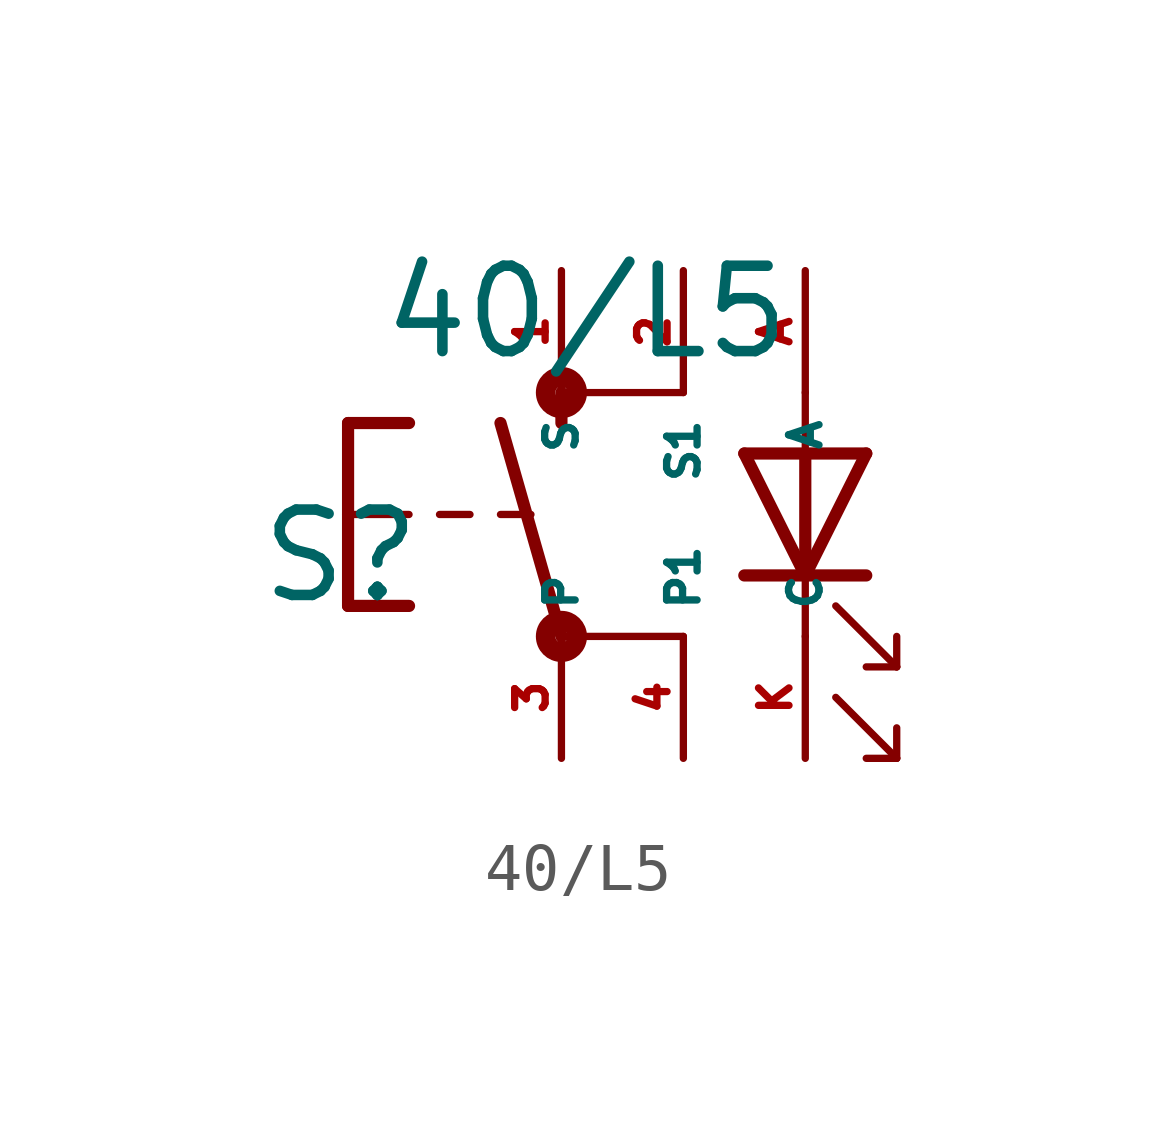
<source format=kicad_sym>
(kicad_symbol_lib
  (version 20220914)
  (generator Eagle2Kicad)
  (symbol "40/L5"
    (property "Reference" "S"
      (at -8.89 -1.905 0)
      (effects (font (size 1.778 1.778) (thickness 0.22)) (justify left bottom)))
    (property "Value" "40/L5"
      (at -6.35 3.175 0)
      (effects (font (size 1.778 1.778) (thickness 0.22)) (justify left bottom)))
    (polyline
      (pts (xy 3.81 1.27) (xy 2.54 -1.27))
      (stroke (width 0.254) (type default))
      (fill (type none)))
    (polyline
      (pts (xy 2.54 -1.27) (xy 2.54 -2.54))
      (stroke (width 0.152) (type default))
      (fill (type none)))
    (polyline
      (pts (xy 2.54 -1.27) (xy 1.27 1.27))
      (stroke (width 0.254) (type default))
      (fill (type none)))
    (polyline
      (pts (xy 3.81 -1.27) (xy 2.54 -1.27))
      (stroke (width 0.254) (type default))
      (fill (type none)))
    (polyline
      (pts (xy 2.54 -1.27) (xy 1.27 -1.27))
      (stroke (width 0.254) (type default))
      (fill (type none)))
    (polyline
      (pts (xy 3.175 -1.905) (xy 4.445 -3.175))
      (stroke (width 0.152) (type default))
      (fill (type none)))
    (polyline
      (pts (xy 4.445 -3.175) (xy 4.445 -2.54))
      (stroke (width 0.152) (type default))
      (fill (type none)))
    (polyline
      (pts (xy 4.445 -3.175) (xy 3.81 -3.175))
      (stroke (width 0.152) (type default))
      (fill (type none)))
    (polyline
      (pts (xy 3.175 -3.81) (xy 4.445 -5.08))
      (stroke (width 0.152) (type default))
      (fill (type none)))
    (polyline
      (pts (xy 4.445 -5.08) (xy 4.445 -4.445))
      (stroke (width 0.152) (type default))
      (fill (type none)))
    (polyline
      (pts (xy 4.445 -5.08) (xy 3.81 -5.08))
      (stroke (width 0.152) (type default))
      (fill (type none)))
    (polyline
      (pts (xy 3.81 1.27) (xy 2.54 1.27))
      (stroke (width 0.254) (type default))
      (fill (type none)))
    (polyline
      (pts (xy 2.54 2.54) (xy 2.54 1.27))
      (stroke (width 0.152) (type default))
      (fill (type none)))
    (polyline
      (pts (xy 2.54 1.27) (xy 1.27 1.27))
      (stroke (width 0.254) (type default))
      (fill (type none)))
    (polyline
      (pts (xy 2.54 1.27) (xy 2.54 -1.27))
      (stroke (width 0.254) (type default))
      (fill (type none)))
    (polyline
      (pts (xy -2.54 1.905) (xy -2.54 2.54))
      (stroke (width 0.254) (type default))
      (fill (type none)))
    (polyline
      (pts (xy -6.985 1.905) (xy -5.715 1.905))
      (stroke (width 0.254) (type default))
      (fill (type none)))
    (polyline
      (pts (xy -6.985 -1.905) (xy -5.715 -1.905))
      (stroke (width 0.254) (type default))
      (fill (type none)))
    (polyline
      (pts (xy -6.985 1.905) (xy -6.985 0))
      (stroke (width 0.254) (type default))
      (fill (type none)))
    (polyline
      (pts (xy -6.985 0) (xy -6.985 -1.905))
      (stroke (width 0.254) (type default))
      (fill (type none)))
    (polyline
      (pts (xy -5.08 0) (xy -4.445 0))
      (stroke (width 0.152) (type default))
      (fill (type none)))
    (polyline
      (pts (xy -3.81 0) (xy -3.175 0))
      (stroke (width 0.152) (type default))
      (fill (type none)))
    (polyline
      (pts (xy -6.985 0) (xy -5.715 0))
      (stroke (width 0.152) (type default))
      (fill (type none)))
    (polyline
      (pts (xy -2.54 -2.54) (xy 0 -2.54))
      (stroke (width 0.152) (type default))
      (fill (type none)))
    (polyline
      (pts (xy -2.54 2.54) (xy 0 2.54))
      (stroke (width 0.152) (type default))
      (fill (type none)))
    (polyline
      (pts (xy -2.54 -2.54) (xy -3.81 1.905))
      (stroke (width 0.254) (type default))
      (fill (type none)))
    (circle
      (center -2.54 2.54)
      (radius 0.127)
      (stroke (width 0.406) (type default))
      (fill (type none)))
    (circle
      (center -2.54 -2.54)
      (radius 0.127)
      (stroke (width 0.406) (type default))
      (fill (type none)))
    (pin passive line
      (at 2.54 -5.08 90)
      (length 2.54)
      (name "C" (effects (font (size 0.635 0.635) (thickness 0.08)) (justify left bottom)))
      (number "K" (effects (font (size 0.635 0.635) (thickness 0.08)) (justify left bottom))))
    (pin passive line
      (at 2.54 5.08 270)
      (length 2.54)
      (name "A" (effects (font (size 0.635 0.635) (thickness 0.08)) (justify left bottom)))
      (number "A" (effects (font (size 0.635 0.635) (thickness 0.08)) (justify left bottom))))
    (pin passive line
      (at -2.54 -5.08 90)
      (length 2.54)
      (name "P" (effects (font (size 0.635 0.635) (thickness 0.08)) (justify left bottom)))
      (number "3" (effects (font (size 0.635 0.635) (thickness 0.08)) (justify left bottom))))
    (pin passive line
      (at -2.54 5.08 270)
      (length 2.54)
      (name "S" (effects (font (size 0.635 0.635) (thickness 0.08)) (justify left bottom)))
      (number "1" (effects (font (size 0.635 0.635) (thickness 0.08)) (justify left bottom))))
    (pin passive line
      (at 0 5.08 270)
      (length 2.54)
      (name "S1" (effects (font (size 0.635 0.635) (thickness 0.08)) (justify left bottom)))
      (number "2" (effects (font (size 0.635 0.635) (thickness 0.08)) (justify left bottom))))
    (pin passive line
      (at 0 -5.08 90)
      (length 2.54)
      (name "P1" (effects (font (size 0.635 0.635) (thickness 0.08)) (justify left bottom)))
      (number "4" (effects (font (size 0.635 0.635) (thickness 0.08)) (justify left bottom))))))
</source>
